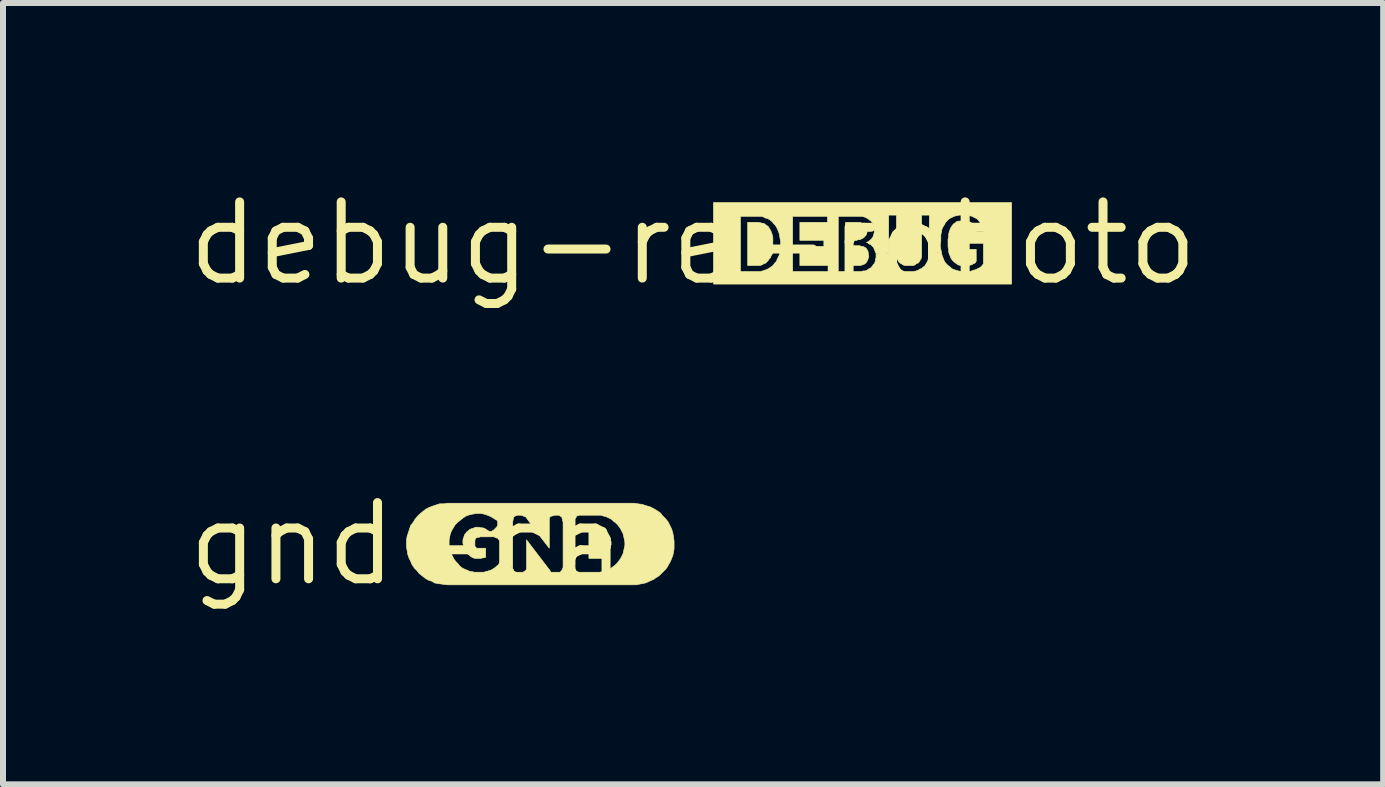
<source format=kicad_pcb>
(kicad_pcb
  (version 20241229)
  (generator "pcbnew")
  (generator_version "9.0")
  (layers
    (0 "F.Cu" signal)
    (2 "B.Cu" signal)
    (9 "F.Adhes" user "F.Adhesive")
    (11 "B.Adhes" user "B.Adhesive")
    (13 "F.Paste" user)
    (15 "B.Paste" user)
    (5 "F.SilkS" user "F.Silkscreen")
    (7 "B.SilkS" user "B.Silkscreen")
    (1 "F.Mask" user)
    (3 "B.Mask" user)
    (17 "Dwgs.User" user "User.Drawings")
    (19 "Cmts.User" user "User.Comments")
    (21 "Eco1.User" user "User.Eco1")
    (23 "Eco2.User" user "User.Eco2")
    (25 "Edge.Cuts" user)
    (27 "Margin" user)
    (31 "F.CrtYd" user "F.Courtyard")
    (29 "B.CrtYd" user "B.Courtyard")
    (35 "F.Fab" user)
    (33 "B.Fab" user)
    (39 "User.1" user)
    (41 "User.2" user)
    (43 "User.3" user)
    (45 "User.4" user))
  (footprint "debug-re-roboto"
    (layer "F.Cu")
    (at 8.504 1.006)
    (property "Reference" "debug-re-roboto" (at 0 0 0) (layer "F.SilkS") (effects (font (size 1.27 1.27) (thickness 0.15))))
    (attr board_only exclude_from_pos_files exclude_from_bom)
    (fp_poly (pts (xy 2.54 -0.05) (xy 2.73 -0.05) (xy 2.75 -0.06) (xy 2.78 -0.06) (xy 2.8 -0.07) (xy 2.82 -0.08) (xy 2.84 -0.09) (xy 2.86 -0.11) (xy 2.88 -0.13) (xy 2.89 -0.15) (xy 2.9 -0.18) (xy 2.9 -0.21) (xy 2.9 -0.24) (xy 2.89 -0.27) (xy 2.87 -0.29) (xy 2.86 -0.31) (xy 2.83 -0.33) (xy 2.81 -0.34) (xy 2.78 -0.35) (xy 2.73 -0.35) (xy 2.54 -0.35) (xy 2.54 -0.05)) (stroke (width 0.01) (type solid)) (fill yes) (layer "F.SilkS"))
    (fp_poly (pts (xy 2.54 0.04) (xy 2.54 0.37) (xy 2.75 0.37) (xy 2.79 0.37) (xy 2.82 0.36) (xy 2.85 0.35) (xy 2.88 0.33) (xy 2.9 0.3) (xy 2.91 0.28) (xy 2.92 0.25) (xy 2.93 0.22) (xy 2.92 0.18) (xy 2.92 0.15) (xy 2.91 0.12) (xy 2.89 0.09) (xy 2.87 0.07) (xy 2.85 0.06) (xy 2.83 0.05) (xy 2.8 0.05) (xy 2.78 0.04) (xy 2.75 0.04) (xy 2.54 0.04)) (stroke (width 0.01) (type solid)) (fill yes) (layer "F.SilkS"))
    (fp_poly (pts (xy 0.91 -0.35) (xy 0.91 0.37) (xy 1.07 0.37) (xy 1.11 0.37) (xy 1.15 0.36) (xy 1.18 0.34) (xy 1.21 0.33) (xy 1.23 0.31) (xy 1.25 0.29) (xy 1.27 0.26) (xy 1.29 0.24) (xy 1.3 0.21) (xy 1.32 0.18) (xy 1.33 0.14) (xy 1.33 0.09) (xy 1.33 0.05) (xy 1.33 -0.02) (xy 1.33 -0.06) (xy 1.33 -0.1) (xy 1.32 -0.14) (xy 1.31 -0.17) (xy 1.3 -0.2) (xy 1.29 -0.22) (xy 1.27 -0.25) (xy 1.26 -0.27) (xy 1.24 -0.29) (xy 1.22 -0.3) (xy 1.2 -0.32) (xy 1.18 -0.33) (xy 1.13 -0.34) (xy 1.08 -0.35) (xy 1.05 -0.35) (xy 0.91 -0.35)) (stroke (width 0.01) (type solid)) (fill yes) (layer "F.SilkS"))
    (fp_poly (pts (xy 0.68 -0.68) (xy 0.34 -0.68) (xy 0.34 0.68) (xy 5.31 0.68) (xy 5.31 -0.68) (xy 0.68 -0.68) (xy 0.79 -0.45) (xy 1.05 -0.45) (xy 1.1 -0.45) (xy 1.14 -0.45) (xy 1.17 -0.44) (xy 1.21 -0.42) (xy 1.25 -0.41) (xy 1.28 -0.39) (xy 1.32 -0.36) (xy 1.34 -0.33) (xy 1.37 -0.3) (xy 1.39 -0.27) (xy 1.41 -0.23) (xy 1.43 -0.18) (xy 1.44 -0.14) (xy 1.45 -0.08) (xy 1.46 -0.03) (xy 1.46 0.05) (xy 1.45 0.09) (xy 1.45 0.14) (xy 1.44 0.19) (xy 1.42 0.23) (xy 1.4 0.27) (xy 1.39 0.3) (xy 1.66 0.47) (xy 1.66 -0.45) (xy 2.24 -0.45) (xy 2.24 -0.35) (xy 1.78 -0.35) (xy 1.78 -0.05) (xy 2.18 -0.05) (xy 2.18 0.05) (xy 1.78 0.05) (xy 1.78 0.37) (xy 2.25 0.37) (xy 2.25 0.47) (xy 2.42 0.47) (xy 2.42 -0.45) (xy 2.72 -0.45) (xy 2.77 -0.45) (xy 2.81 -0.45) (xy 2.85 -0.44) (xy 2.88 -0.43) (xy 2.91 -0.41) (xy 2.93 -0.4) (xy 2.95 -0.38) (xy 2.97 -0.37) (xy 2.98 -0.35) (xy 3 -0.33) (xy 3.01 -0.3) (xy 3.01 -0.28) (xy 3.02 -0.25) (xy 3.02 -0.21) (xy 3.02 -0.18) (xy 3.01 -0.14) (xy 3 -0.11) (xy 2.98 -0.08) (xy 2.95 -0.05) (xy 2.92 -0.03) (xy 2.89 -0.01) (xy 2.91 -0.01) (xy 2.93 0.01) (xy 2.96 0.02) (xy 2.97 0.03) (xy 2.99 0.05) (xy 3.01 0.07) (xy 3.02 0.1) (xy 3.03 0.12) (xy 3.04 0.15) (xy 3.05 0.17) (xy 3.26 0.16) (xy 3.26 -0.47) (xy 3.39 -0.47) (xy 3.39 0.17) (xy 3.39 0.22) (xy 3.4 0.26) (xy 3.42 0.29) (xy 3.43 0.31) (xy 3.45 0.33) (xy 3.47 0.34) (xy 3.5 0.36) (xy 3.53 0.37) (xy 3.56 0.37) (xy 3.6 0.37) (xy 3.63 0.37) (xy 3.67 0.37) (xy 3.7 0.36) (xy 3.72 0.34) (xy 3.75 0.33) (xy 3.77 0.31) (xy 3.78 0.29) (xy 3.8 0.26) (xy 3.81 0.22) (xy 3.81 0.17) (xy 3.81 -0.47) (xy 3.94 -0.47) (xy 3.93 0.18) (xy 4.14 0.15) (xy 4.13 0.1) (xy 4.12 0.04) (xy 4.13 -0.05) (xy 4.13 -0.09) (xy 4.13 -0.14) (xy 4.14 -0.19) (xy 4.15 -0.24) (xy 4.17 -0.28) (xy 4.19 -0.31) (xy 4.21 -0.35) (xy 4.24 -0.38) (xy 4.27 -0.41) (xy 4.31 -0.43) (xy 4.35 -0.45) (xy 4.39 -0.46) (xy 4.44 -0.47) (xy 4.5 -0.47) (xy 4.56 -0.47) (xy 4.61 -0.46) (xy 4.65 -0.45) (xy 4.69 -0.43) (xy 4.73 -0.41) (xy 4.76 -0.38) (xy 4.78 -0.35) (xy 4.8 -0.32) (xy 4.82 -0.28) (xy 4.83 -0.24) (xy 4.84 -0.19) (xy 4.72 -0.19) (xy 4.71 -0.22) (xy 4.7 -0.26) (xy 4.69 -0.28) (xy 4.67 -0.31) (xy 4.65 -0.33) (xy 4.63 -0.35) (xy 4.6 -0.36) (xy 4.58 -0.37) (xy 4.54 -0.38) (xy 4.51 -0.38) (xy 4.48 -0.38) (xy 4.45 -0.37) (xy 4.42 -0.37) (xy 4.39 -0.36) (xy 4.37 -0.34) (xy 4.35 -0.33) (xy 4.33 -0.31) (xy 4.31 -0.28) (xy 4.29 -0.25) (xy 4.28 -0.22) (xy 4.27 -0.19) (xy 4.26 -0.15) (xy 4.26 -0.11) (xy 4.25 -0.07) (xy 4.25 0.06) (xy 4.26 0.1) (xy 4.26 0.14) (xy 4.27 0.18) (xy 4.29 0.22) (xy 4.3 0.25) (xy 4.32 0.28) (xy 4.35 0.31) (xy 4.39 0.34) (xy 4.42 0.36) (xy 4.46 0.37) (xy 4.51 0.37) (xy 4.58 0.37) (xy 4.64 0.36) (xy 4.66 0.35) (xy 4.67 0.34) (xy 4.7 0.33) (xy 4.72 0.3) (xy 4.72 0.1) (xy 4.5 0.1) (xy 4.5 0) (xy 4.84 0) (xy 4.84 0.34) (xy 4.82 0.37) (xy 4.79 0.4) (xy 4.75 0.42) (xy 4.71 0.44) (xy 4.67 0.45) (xy 4.62 0.47) (xy 4.57 0.47) (xy 4.51 0.47) (xy 4.47 0.47) (xy 4.42 0.46) (xy 4.39 0.45) (xy 4.35 0.44) (xy 4.31 0.42) (xy 4.28 0.39) (xy 4.25 0.37) (xy 4.22 0.34) (xy 4.19 0.3) (xy 4.17 0.25) (xy 4.15 0.2) (xy 4.14 0.15) (xy 3.93 0.19) (xy 3.93 0.22) (xy 3.92 0.26) (xy 3.91 0.3) (xy 3.89 0.33) (xy 3.88 0.35) (xy 3.86 0.38) (xy 3.83 0.4) (xy 3.81 0.42) (xy 3.78 0.43) (xy 3.75 0.45) (xy 3.72 0.46) (xy 3.68 0.47) (xy 3.63 0.47) (xy 3.57 0.47) (xy 3.53 0.47) (xy 3.49 0.46) (xy 3.46 0.45) (xy 3.43 0.44) (xy 3.4 0.43) (xy 3.37 0.41) (xy 3.35 0.39) (xy 3.33 0.37) (xy 3.31 0.34) (xy 3.3 0.32) (xy 3.29 0.29) (xy 3.28 0.26) (xy 3.27 0.23) (xy 3.26 0.17) (xy 3.05 0.18) (xy 3.05 0.2) (xy 3.05 0.24) (xy 3.04 0.26) (xy 3.04 0.29) (xy 3.03 0.32) (xy 3.02 0.34) (xy 3 0.36) (xy 2.99 0.38) (xy 2.97 0.4) (xy 2.95 0.42) (xy 2.92 0.43) (xy 2.9 0.45) (xy 2.87 0.46) (xy 2.84 0.46) (xy 2.8 0.47) (xy 2.75 0.47) (xy 2.42 0.47) (xy 2.25 0.47) (xy 1.66 0.47) (xy 1.39 0.3) (xy 1.36 0.33) (xy 1.34 0.36) (xy 1.32 0.38) (xy 1.29 0.4) (xy 1.26 0.42) (xy 1.22 0.44) (xy 1.19 0.45) (xy 1.13 0.47) (xy 1.07 0.47) (xy 0.79 0.47) (xy 0.79 -0.45) (xy 0.68 -0.68)) (stroke (width 0.01) (type solid)) (fill yes) (layer "F.SilkS")))
  (footprint "gnd-ca"
    (layer "F.Cu")
    (at 3.727 6.019)
    (property "Reference" "gnd-ca" (at 0 0 0) (layer "F.SilkS") (effects (font (size 1.27 1.27) (thickness 0.15))))
    (attr board_only exclude_from_pos_files exclude_from_bom)
    (fp_poly (pts (xy 3.26 0.24) (xy 3.33 0.17) (xy 3.35 0.15) (xy 3.38 0.12) (xy 3.39 0.08) (xy 3.4 0.06) (xy 3.4 0.04) (xy 3.41 0.01) (xy 3.41 -0.01) (xy 3.41 -0.04) (xy 3.4 -0.06) (xy 3.39 -0.08) (xy 3.39 -0.11) (xy 3.38 -0.13) (xy 3.36 -0.15) (xy 3.33 -0.18) (xy 3.3 -0.21) (xy 3.28 -0.22) (xy 3.26 -0.23) (xy 3.22 -0.24) (xy 3.19 -0.25) (xy 3.04 -0.25) (xy 3.04 0.24) (xy 3.26 0.24)) (stroke (width 0.01) (type solid)) (fill yes) (layer "F.SilkS"))
    (fp_poly (pts (xy 0.68 -0.68) (xy 0.62 -0.67) (xy 0.55 -0.67) (xy 0.49 -0.65) (xy 0.43 -0.63) (xy 0.38 -0.61) (xy 0.32 -0.58) (xy 0.27 -0.54) (xy 0.22 -0.5) (xy 0.18 -0.46) (xy 0.14 -0.41) (xy 0.11 -0.36) (xy 0.07 -0.31) (xy 0.05 -0.25) (xy 0.03 -0.19) (xy 0.01 -0.13) (xy 0 -0.07) (xy 0 -0.01) (xy 0 0.05) (xy 0.01 0.11) (xy 0.02 0.17) (xy 0.04 0.23) (xy 0.07 0.29) (xy 0.09 0.34) (xy 0.13 0.4) (xy 0.17 0.44) (xy 0.21 0.49) (xy 0.26 0.53) (xy 0.31 0.57) (xy 0.36 0.6) (xy 0.42 0.62) (xy 0.47 0.65) (xy 0.53 0.66) (xy 0.6 0.67) (xy 0.68 0.68) (xy 3.79 0.68) (xy 3.83 0.68) (xy 3.88 0.67) (xy 3.93 0.66) (xy 3.98 0.65) (xy 4.03 0.63) (xy 4.07 0.61) (xy 4.12 0.59) (xy 4.16 0.56) (xy 4.21 0.53) (xy 4.24 0.5) (xy 4.28 0.46) (xy 4.32 0.42) (xy 4.35 0.38) (xy 4.37 0.34) (xy 4.4 0.29) (xy 4.42 0.24) (xy 4.44 0.19) (xy 4.45 0.14) (xy 4.46 0.08) (xy 4.46 0.01) (xy 4.46 -0.05) (xy 4.45 -0.12) (xy 4.44 -0.18) (xy 4.42 -0.25) (xy 4.39 -0.31) (xy 4.36 -0.37) (xy 4.32 -0.42) (xy 4.27 -0.47) (xy 4.23 -0.52) (xy 4.17 -0.56) (xy 4.12 -0.59) (xy 4.06 -0.62) (xy 3.99 -0.64) (xy 3.93 -0.66) (xy 3.86 -0.67) (xy 3.79 -0.68) (xy 0.68 -0.68) (xy 0.9 -0.4) (xy 0.95 -0.44) (xy 1 -0.47) (xy 1.06 -0.49) (xy 1.11 -0.5) (xy 1.17 -0.51) (xy 1.23 -0.51) (xy 1.29 -0.5) (xy 1.35 -0.48) (xy 1.4 -0.46) (xy 1.45 -0.43) (xy 1.48 -0.41) (xy 1.5 -0.4) (xy 1.52 -0.38) (xy 1.52 -0.36) (xy 1.52 -0.34) (xy 1.52 -0.31) (xy 1.5 -0.28) (xy 1.48 -0.26) (xy 1.45 -0.23) (xy 1.43 -0.22) (xy 1.42 -0.21) (xy 1.4 -0.21) (xy 1.38 -0.21) (xy 1.35 -0.23) (xy 1.3 -0.26) (xy 1.27 -0.27) (xy 1.25 -0.27) (xy 1.2 -0.28) (xy 1.15 -0.28) (xy 1.13 -0.27) (xy 1.1 -0.26) (xy 1.07 -0.25) (xy 1.05 -0.24) (xy 1.03 -0.22) (xy 1 -0.2) (xy 0.99 -0.18) (xy 0.97 -0.16) (xy 0.96 -0.13) (xy 0.95 -0.1) (xy 0.94 -0.07) (xy 0.94 -0.04) (xy 0.94 -0.01) (xy 0.95 0.02) (xy 0.95 0.05) (xy 0.96 0.08) (xy 0.98 0.11) (xy 0.99 0.14) (xy 1.01 0.16) (xy 1.04 0.18) (xy 1.06 0.2) (xy 1.09 0.22) (xy 1.11 0.23) (xy 1.14 0.24) (xy 1.18 0.24) (xy 1.23 0.24) (xy 1.28 0.23) (xy 1.32 0.22) (xy 1.32 0.07) (xy 1.21 0.07) (xy 1.18 0.07) (xy 1.17 0.07) (xy 1.16 0.06) (xy 1.15 0.05) (xy 1.14 0.04) (xy 1.14 0.01) (xy 1.14 -0.04) (xy 1.14 -0.06) (xy 1.15 -0.09) (xy 1.16 -0.1) (xy 1.18 -0.11) (xy 1.2 -0.11) (xy 1.23 -0.12) (xy 1.46 -0.12) (xy 1.48 -0.11) (xy 1.5 -0.1) (xy 1.52 -0.1) (xy 1.53 -0.08) (xy 1.54 -0.07) (xy 1.55 -0.06) (xy 1.55 -0.04) (xy 1.55 -0.02) (xy 1.55 0.29) (xy 1.55 0.31) (xy 1.77 0.4) (xy 1.77 -0.37) (xy 1.78 -0.42) (xy 1.78 -0.43) (xy 1.79 -0.45) (xy 1.8 -0.46) (xy 1.82 -0.47) (xy 1.85 -0.48) (xy 1.88 -0.48) (xy 1.91 -0.48) (xy 1.94 -0.47) (xy 1.96 -0.46) (xy 1.99 -0.45) (xy 2.01 -0.42) (xy 2.24 -0.11) (xy 2.38 0.07) (xy 2.38 -0.38) (xy 2.38 -0.41) (xy 2.38 -0.43) (xy 2.4 -0.46) (xy 2.44 -0.47) (xy 2.47 -0.48) (xy 2.51 -0.48) (xy 2.54 -0.48) (xy 2.57 -0.46) (xy 2.59 -0.45) (xy 2.59 -0.44) (xy 2.59 -0.43) (xy 2.6 -0.42) (xy 2.6 -0.4) (xy 2.61 -0.36) (xy 2.61 0.37) (xy 2.81 0.36) (xy 2.81 -0.42) (xy 2.82 -0.43) (xy 2.83 -0.45) (xy 2.83 -0.46) (xy 2.84 -0.47) (xy 2.86 -0.47) (xy 2.88 -0.48) (xy 2.93 -0.48) (xy 3.17 -0.48) (xy 3.2 -0.48) (xy 3.24 -0.48) (xy 3.27 -0.47) (xy 3.31 -0.46) (xy 3.34 -0.45) (xy 3.38 -0.43) (xy 3.42 -0.41) (xy 3.45 -0.38) (xy 3.49 -0.35) (xy 3.52 -0.32) (xy 3.55 -0.28) (xy 3.57 -0.25) (xy 3.59 -0.21) (xy 3.61 -0.17) (xy 3.62 -0.13) (xy 3.63 -0.08) (xy 3.64 -0.03) (xy 3.64 0.02) (xy 3.63 0.07) (xy 3.62 0.11) (xy 3.61 0.16) (xy 3.59 0.2) (xy 3.57 0.24) (xy 3.54 0.28) (xy 3.51 0.32) (xy 3.48 0.35) (xy 3.44 0.38) (xy 3.4 0.41) (xy 3.36 0.43) (xy 3.32 0.45) (xy 3.27 0.46) (xy 3.22 0.47) (xy 3.17 0.47) (xy 2.92 0.47) (xy 2.9 0.47) (xy 2.87 0.47) (xy 2.85 0.46) (xy 2.83 0.45) (xy 2.82 0.44) (xy 2.81 0.41) (xy 2.81 0.37) (xy 2.61 0.37) (xy 2.61 0.39) (xy 2.6 0.41) (xy 2.6 0.42) (xy 2.58 0.45) (xy 2.57 0.46) (xy 2.56 0.47) (xy 2.53 0.47) (xy 2.51 0.47) (xy 2.46 0.47) (xy 2.43 0.47) (xy 2.41 0.47) (xy 2.4 0.46) (xy 2.39 0.44) (xy 2 -0.07) (xy 2 0.41) (xy 2 0.42) (xy 1.98 0.45) (xy 1.97 0.45) (xy 1.96 0.46) (xy 1.94 0.47) (xy 1.9 0.47) (xy 1.86 0.47) (xy 1.83 0.47) (xy 1.8 0.46) (xy 1.79 0.45) (xy 1.78 0.43) (xy 1.78 0.42) (xy 1.77 0.41) (xy 1.55 0.31) (xy 1.54 0.33) (xy 1.53 0.35) (xy 1.5 0.37) (xy 1.48 0.39) (xy 1.45 0.41) (xy 1.42 0.43) (xy 1.39 0.44) (xy 1.36 0.45) (xy 1.32 0.46) (xy 1.29 0.47) (xy 1.25 0.47) (xy 1.2 0.47) (xy 1.16 0.47) (xy 1.13 0.47) (xy 1.09 0.46) (xy 1.06 0.46) (xy 1.02 0.44) (xy 0.97 0.42) (xy 0.93 0.4) (xy 0.89 0.37) (xy 0.86 0.33) (xy 0.82 0.29) (xy 0.79 0.25) (xy 0.77 0.21) (xy 0.75 0.17) (xy 0.73 0.13) (xy 0.72 0.08) (xy 0.71 0.03) (xy 0.71 -0.02) (xy 0.71 -0.07) (xy 0.72 -0.12) (xy 0.73 -0.17) (xy 0.75 -0.22) (xy 0.78 -0.27) (xy 0.81 -0.32) (xy 0.85 -0.36) (xy 0.9 -0.4) (xy 0.68 -0.68)) (stroke (width 0.01) (type solid)) (fill yes) (layer "F.SilkS")))
  (gr_rect
    (start -3 -3)
    (end 20.008 10.025)
    (stroke (width 0.1) (type default))
    (fill no)
    (layer "Edge.Cuts")))
</source>
